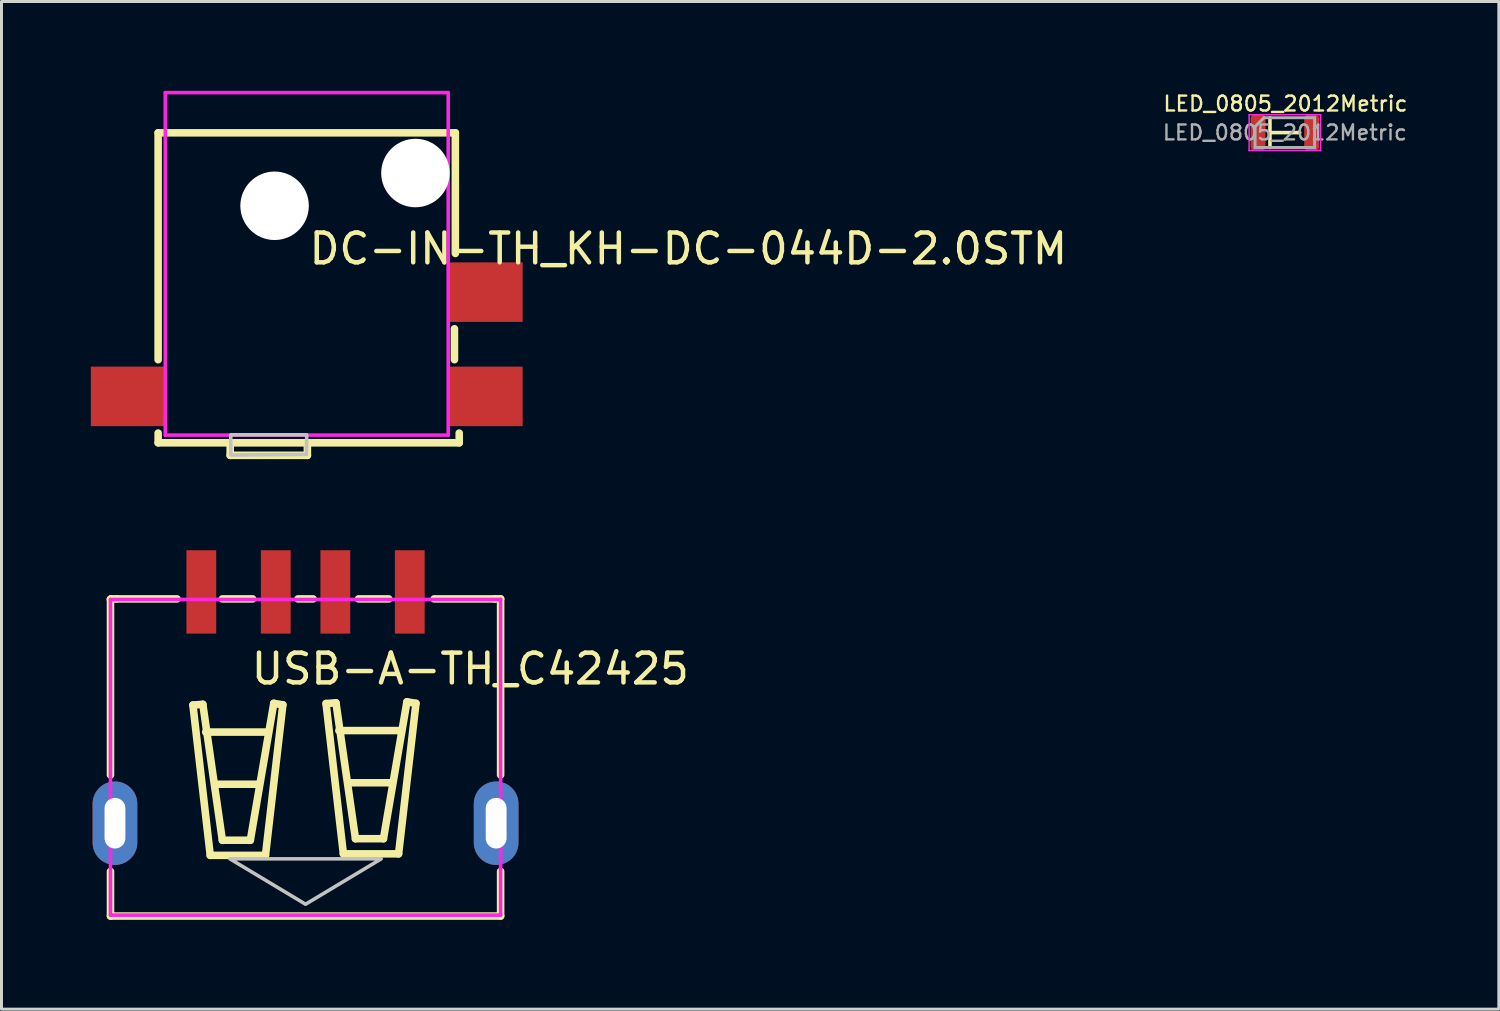
<source format=kicad_pcb>
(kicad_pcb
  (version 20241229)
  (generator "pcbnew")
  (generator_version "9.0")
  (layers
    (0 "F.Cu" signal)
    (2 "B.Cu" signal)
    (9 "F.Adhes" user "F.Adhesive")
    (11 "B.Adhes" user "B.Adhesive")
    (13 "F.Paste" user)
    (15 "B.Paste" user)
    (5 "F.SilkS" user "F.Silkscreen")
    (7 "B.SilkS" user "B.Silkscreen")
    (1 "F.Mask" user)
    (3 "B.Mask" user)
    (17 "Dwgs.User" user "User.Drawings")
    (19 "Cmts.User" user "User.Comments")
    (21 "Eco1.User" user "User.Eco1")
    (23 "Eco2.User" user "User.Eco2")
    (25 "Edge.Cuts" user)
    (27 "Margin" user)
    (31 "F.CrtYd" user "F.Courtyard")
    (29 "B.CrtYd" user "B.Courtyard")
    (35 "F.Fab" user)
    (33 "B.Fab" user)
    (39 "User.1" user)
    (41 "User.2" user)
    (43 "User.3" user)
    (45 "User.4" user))
  (footprint "DC-IN-TH_KH-DC-044D-2.0STM"
    (layer "F.Cu")
    (at 7.25 8.51)
    (property "Reference" "DC-IN-TH_KH-DC-044D-2.0STM" (at 0 -3.207 0) (layer "F.SilkS") (effects (font (size 1 1) (thickness 0.15)) (justify left)))
    (attr through_hole)
    (fp_line (start -4.99 -7.1) (end -4.99 -5.79) (stroke (width 0.254) (type solid)) (layer "F.SilkS"))
    (fp_line (start -4.99 -7.1) (end 4.99 -7.1) (stroke (width 0.254) (type solid)) (layer "F.SilkS"))
    (fp_line (start -4.99 -5.71) (end -4.99 0.519) (stroke (width 0.254) (type solid)) (layer "F.SilkS"))
    (fp_line (start -4.989 3.309) (end -4.989 2.982) (stroke (width 0.254) (type solid)) (layer "F.SilkS"))
    (fp_line (start -2.57 3.73) (end -2.57 3.309) (stroke (width 0.254) (type solid)) (layer "F.SilkS"))
    (fp_line (start 0.022 3.309) (end 0.022 3.73) (stroke (width 0.254) (type solid)) (layer "F.SilkS"))
    (fp_line (start 0.022 3.73) (end -2.57 3.73) (stroke (width 0.254) (type solid)) (layer "F.SilkS"))
    (fp_line (start 4.96 -0.52) (end 4.96 0.518) (stroke (width 0.254) (type solid)) (layer "F.SilkS"))
    (fp_line (start 4.99 -3.05) (end 4.99 -7.1) (stroke (width 0.254) (type solid)) (layer "F.SilkS"))
    (fp_line (start 5.12 2.982) (end 5.12 3.309) (stroke (width 0.254) (type solid)) (layer "F.SilkS"))
    (fp_line (start 5.12 3.309) (end -4.989 3.309) (stroke (width 0.254) (type solid)) (layer "F.SilkS"))
    (fp_poly (pts (xy -1.805 -5.375) (xy -0.355 -5.375) (xy -0.355 -3.925) (xy -1.805 -3.925)) (stroke (width 0.12) (type solid)) (fill no) (layer "Dwgs.User"))
    (fp_poly (pts (xy 2.925 -6.475) (xy 4.375 -6.475) (xy 4.375 -5.025) (xy 2.925 -5.025)) (stroke (width 0.12) (type solid)) (fill no) (layer "Dwgs.User"))
    (fp_poly (pts (xy 0 3.04) (xy -2.55 3.04) (xy -2.55 3.68) (xy -2.55 3.72) (xy -0.02 3.7) (xy -0.01 3.71)) (stroke (width 0.12) (type solid)) (fill no) (layer "Dwgs.User"))
    (fp_circle (center -6.7 3.05) (end -6.67 3.05) (stroke (width 0.06) (type solid)) (fill no) (layer "Eco2.User"))
    (fp_poly (pts (xy -6.7 1.05) (xy -4.7 1.05) (xy -4.7 2.45) (xy -6.7 2.45)) (stroke (width 0.12) (type solid)) (fill no) (layer "Eco2.User"))
    (fp_poly (pts (xy 3.7 1.05) (xy 6.7 1.05) (xy 6.7 2.45) (xy 3.7 2.45)) (stroke (width 0.12) (type solid)) (fill no) (layer "Eco2.User"))
    (fp_poly (pts (xy 4.7 -2.45) (xy 6.7 -2.45) (xy 6.7 -1.05) (xy 4.7 -1.05)) (stroke (width 0.12) (type solid)) (fill no) (layer "Eco2.User"))
    (fp_line (start -4.75 -8.45) (end 4.75 -8.45) (stroke (width 0.12) (type solid)) (layer "F.CrtYd"))
    (fp_line (start -4.75 3.05) (end -4.75 -8.45) (stroke (width 0.12) (type solid)) (layer "F.CrtYd"))
    (fp_line (start 4.75 -8.45) (end 4.75 3.05) (stroke (width 0.12) (type solid)) (layer "F.CrtYd"))
    (fp_line (start 4.75 3.05) (end -4.75 3.05) (stroke (width 0.12) (type solid)) (layer "F.CrtYd"))
    (pad "" np_thru_hole circle (at -1.08 -4.65) (size 2.3 2.3) (drill 2.3) (layers "*.Cu" "*.Mask"))
    (pad "" np_thru_hole circle (at 3.65 -5.75) (size 2.3 2.3) (drill 2.3) (layers "*.Cu" "*.Mask"))
    (pad "3" smd rect (at -6 1.75) (size 2.5 2) (layers "F.Cu" "F.Mask" "F.Paste"))
    (pad "4" smd rect (at 6 1.75) (size 2.5 2) (layers "F.Cu" "F.Mask" "F.Paste"))
    (pad "5" smd rect (at 6 -1.75) (size 2.5 2) (layers "F.Cu" "F.Mask" "F.Paste")))
  (footprint "USB-A-TH_C42425"
    (layer "F.Cu")
    (at 7.21 20.709)
    (property "Reference" "USB-A-TH_C42425" (at -1.9 -1.3 0) (layer "F.SilkS") (effects (font (size 1 1) (thickness 0.15)) (justify left)))
    (attr through_hole)
    (fp_line (start -6.55 -3.633) (end -6.55 -3.633) (stroke (width 0.254) (type solid)) (layer "F.SilkS"))
    (fp_line (start -6.55 -3.633) (end -6.55 2.263) (stroke (width 0.254) (type solid)) (layer "F.SilkS"))
    (fp_line (start -6.55 -3.633) (end -6.535 -3.649) (stroke (width 0.254) (type solid)) (layer "F.SilkS"))
    (fp_line (start -6.55 5.502) (end -6.55 7) (stroke (width 0.254) (type solid)) (layer "F.SilkS"))
    (fp_line (start -6.55 7) (end 6.55 7) (stroke (width 0.254) (type solid)) (layer "F.SilkS"))
    (fp_line (start -6.535 -3.649) (end -6.349 -3.649) (stroke (width 0.254) (type solid)) (layer "F.SilkS"))
    (fp_line (start -4.317 -3.649) (end -6.349 -3.649) (stroke (width 0.254) (type solid)) (layer "F.SilkS"))
    (fp_line (start -3.782 -0.084) (end -3.2 4.963) (stroke (width 0.254) (type solid)) (layer "F.SilkS"))
    (fp_line (start -3.449 -0.109) (end -3.782 -0.084) (stroke (width 0.254) (type solid)) (layer "F.SilkS"))
    (fp_line (start -3.353 0.823) (end -1.27 0.823) (stroke (width 0.254) (type solid)) (layer "F.SilkS"))
    (fp_line (start -3.2 4.963) (end -1.346 4.963) (stroke (width 0.254) (type solid)) (layer "F.SilkS"))
    (fp_line (start -3.023 2.575) (end -1.575 2.575) (stroke (width 0.254) (type solid)) (layer "F.SilkS"))
    (fp_line (start -2.794 -3.648) (end -1.778 -3.648) (stroke (width 0.254) (type solid)) (layer "F.SilkS"))
    (fp_line (start -2.794 4.455) (end -3.449 -0.109) (stroke (width 0.254) (type solid)) (layer "F.SilkS"))
    (fp_line (start -1.854 4.455) (end -2.794 4.455) (stroke (width 0.254) (type solid)) (layer "F.SilkS"))
    (fp_line (start -1.346 4.963) (end -0.762 -0.092) (stroke (width 0.254) (type solid)) (layer "F.SilkS"))
    (fp_line (start -1.067 -0.142) (end -1.854 4.455) (stroke (width 0.254) (type solid)) (layer "F.SilkS"))
    (fp_line (start -0.762 -0.092) (end -1.067 -0.142) (stroke (width 0.254) (type solid)) (layer "F.SilkS"))
    (fp_line (start -0.254 -3.648) (end 0.254 -3.648) (stroke (width 0.254) (type solid)) (layer "F.SilkS"))
    (fp_line (start 0.688 -0.135) (end 1.021 -0.16) (stroke (width 0.254) (type solid)) (layer "F.SilkS"))
    (fp_line (start 1.021 -0.16) (end 1.676 4.404) (stroke (width 0.254) (type solid)) (layer "F.SilkS"))
    (fp_line (start 1.118 0.772) (end 3.2 0.772) (stroke (width 0.254) (type solid)) (layer "F.SilkS"))
    (fp_line (start 1.27 4.912) (end 0.688 -0.135) (stroke (width 0.254) (type solid)) (layer "F.SilkS"))
    (fp_line (start 1.448 2.525) (end 2.896 2.525) (stroke (width 0.254) (type solid)) (layer "F.SilkS"))
    (fp_line (start 1.676 4.404) (end 2.616 4.404) (stroke (width 0.254) (type solid)) (layer "F.SilkS"))
    (fp_line (start 2.616 4.404) (end 3.404 -0.193) (stroke (width 0.254) (type solid)) (layer "F.SilkS"))
    (fp_line (start 2.794 -3.648) (end 1.778 -3.648) (stroke (width 0.254) (type solid)) (layer "F.SilkS"))
    (fp_line (start 3.124 4.912) (end 1.27 4.912) (stroke (width 0.254) (type solid)) (layer "F.SilkS"))
    (fp_line (start 3.404 -0.193) (end 3.708 -0.142) (stroke (width 0.254) (type solid)) (layer "F.SilkS"))
    (fp_line (start 3.708 -0.142) (end 3.124 4.912) (stroke (width 0.254) (type solid)) (layer "F.SilkS"))
    (fp_line (start 6.351 -3.649) (end 4.319 -3.649) (stroke (width 0.254) (type solid)) (layer "F.SilkS"))
    (fp_line (start 6.55 -3.65) (end 6.351 -3.65) (stroke (width 0.254) (type solid)) (layer "F.SilkS"))
    (fp_line (start 6.55 2.263) (end 6.55 -3.65) (stroke (width 0.254) (type solid)) (layer "F.SilkS"))
    (fp_line (start 6.55 7) (end 6.55 5.502) (stroke (width 0.254) (type solid)) (layer "F.SilkS"))
    (fp_poly (pts (xy -3.999 -5.282) (xy -2.999 -5.282) (xy -2.999 -2.482) (xy -3.999 -2.482)) (stroke (width 0.12) (type solid)) (fill yes) (layer "F.Paste"))
    (fp_poly (pts (xy -1.499 -5.282) (xy -0.499 -5.282) (xy -0.499 -2.482) (xy -1.499 -2.482)) (stroke (width 0.12) (type solid)) (fill yes) (layer "F.Paste"))
    (fp_poly (pts (xy 0.501 -5.282) (xy 1.501 -5.282) (xy 1.501 -2.482) (xy 0.501 -2.482)) (stroke (width 0.12) (type solid)) (fill yes) (layer "F.Paste"))
    (fp_poly (pts (xy 3.001 -5.282) (xy 4.001 -5.282) (xy 4.001 -2.482) (xy 3.001 -2.482)) (stroke (width 0.12) (type solid)) (fill yes) (layer "F.Paste"))
    (fp_poly (pts (xy -2.54 5.08) (xy 2.54 5.08) (xy 0 6.604)) (stroke (width 0.12) (type solid)) (fill no) (layer "Dwgs.User"))
    (fp_circle (center -7.15 -4.63) (end -7.12 -4.63) (stroke (width 0.06) (type solid)) (fill no) (layer "Eco2.User"))
    (fp_poly (pts (xy -3.8 -4.63) (xy -3.2 -4.63) (xy -3.2 -3.58) (xy -3.8 -3.58)) (stroke (width 0.12) (type solid)) (fill no) (layer "Eco2.User"))
    (fp_poly (pts (xy -1.3 -4.63) (xy -0.7 -4.63) (xy -0.7 -3.58) (xy -1.3 -3.58)) (stroke (width 0.12) (type solid)) (fill no) (layer "Eco2.User"))
    (fp_poly (pts (xy 0.7 -4.63) (xy 1.3 -4.63) (xy 1.3 -3.58) (xy 0.7 -3.58)) (stroke (width 0.12) (type solid)) (fill no) (layer "Eco2.User"))
    (fp_poly (pts (xy 3.2 -4.63) (xy 3.8 -4.63) (xy 3.8 -3.58) (xy 3.2 -3.58)) (stroke (width 0.12) (type solid)) (fill no) (layer "Eco2.User"))
    (fp_poly (pts (xy -7.15 3.233) (xy -7.136 3.086) (xy -7.093 2.946) (xy -7.024 2.816) (xy -6.93 2.702) (xy -6.817 2.609) (xy -6.687 2.54) (xy -6.546 2.497) (xy -6.4 2.483) (xy -6.254 2.497) (xy -6.113 2.54) (xy -5.983 2.609) (xy -5.87 2.702) (xy -5.776 2.816) (xy -5.707 2.946) (xy -5.664 3.086) (xy -5.65 3.233) (xy -5.65 4.533) (xy -5.664 4.679) (xy -5.707 4.82) (xy -5.776 4.949) (xy -5.87 5.063) (xy -5.983 5.156) (xy -6.113 5.225) (xy -6.254 5.268) (xy -6.4 5.283) (xy -6.546 5.268) (xy -6.687 5.225) (xy -6.817 5.156) (xy -6.93 5.063) (xy -7.024 4.949) (xy -7.093 4.82) (xy -7.136 4.679) (xy -7.15 4.533)) (stroke (width 0.12) (type solid)) (fill no) (layer "Eco2.User"))
    (fp_poly (pts (xy 5.65 3.233) (xy 5.664 3.086) (xy 5.707 2.946) (xy 5.776 2.816) (xy 5.87 2.702) (xy 5.983 2.609) (xy 6.113 2.54) (xy 6.254 2.497) (xy 6.4 2.483) (xy 6.546 2.497) (xy 6.687 2.54) (xy 6.817 2.609) (xy 6.93 2.702) (xy 7.024 2.816) (xy 7.093 2.946) (xy 7.136 3.086) (xy 7.15 3.233) (xy 7.15 4.533) (xy 7.136 4.679) (xy 7.093 4.82) (xy 7.024 4.949) (xy 6.93 5.063) (xy 6.817 5.156) (xy 6.687 5.225) (xy 6.546 5.268) (xy 6.4 5.283) (xy 6.254 5.268) (xy 6.113 5.225) (xy 5.983 5.156) (xy 5.87 5.063) (xy 5.776 4.949) (xy 5.707 4.82) (xy 5.664 4.679) (xy 5.65 4.533)) (stroke (width 0.12) (type solid)) (fill no) (layer "Eco2.User"))
    (fp_line (start -6.55 -3.63) (end 6.55 -3.63) (stroke (width 0.12) (type solid)) (layer "F.CrtYd"))
    (fp_line (start -6.55 6.97) (end -6.55 -3.63) (stroke (width 0.12) (type solid)) (layer "F.CrtYd"))
    (fp_line (start 6.55 -3.63) (end 6.55 6.97) (stroke (width 0.12) (type solid)) (layer "F.CrtYd"))
    (fp_line (start 6.55 6.97) (end -6.55 6.97) (stroke (width 0.12) (type solid)) (layer "F.CrtYd"))
    (pad "1" smd rect (at -3.5 -3.883) (size 1 2.8) (layers "F.Cu" "F.Mask" "F.Paste"))
    (pad "2" smd rect (at -1 -3.883) (size 1 2.8) (layers "F.Cu" "F.Mask" "F.Paste"))
    (pad "3" smd rect (at 1 -3.883) (size 1 2.8) (layers "F.Cu" "F.Mask" "F.Paste"))
    (pad "4" smd rect (at 3.5 -3.883) (size 1 2.8) (layers "F.Cu" "F.Mask" "F.Paste"))
    (pad "5" thru_hole oval (at 6.4 3.883) (size 1.5 2.8) (drill oval 0.7 1.7) (layers "*.Cu" "*.Mask"))
    (pad "6" thru_hole oval (at -6.4 3.883) (size 1.5 2.8) (drill oval 0.7 1.7) (layers "*.Cu" "*.Mask")))
  (footprint "LED_0805_2012Metric"
    (layer "F.Cu")
    (at 40.094 1.403)
    (property "Reference" "LED_0805_2012Metric" (at 0.02 -0.97 0) (layer "F.SilkS") (effects (font (size 0.5 0.5) (thickness 0.08))))
    (attr smd)
    (fp_line (start -0.5 -0.5) (end -0.5 0.5) (stroke (width 0.12) (type solid)) (layer "F.SilkS"))
    (fp_line (start -0.5 0) (end 0.5 0) (stroke (width 0.12) (type solid)) (layer "F.SilkS"))
    (fp_line (start -1.2 -0.6) (end 1.2 -0.6) (stroke (width 0.05) (type solid)) (layer "F.CrtYd"))
    (fp_line (start -1.2 0.6) (end -1.2 -0.6) (stroke (width 0.05) (type solid)) (layer "F.CrtYd"))
    (fp_line (start 1.2 -0.6) (end 1.2 0.6) (stroke (width 0.05) (type solid)) (layer "F.CrtYd"))
    (fp_line (start 1.2 0.6) (end -1.2 0.6) (stroke (width 0.05) (type solid)) (layer "F.CrtYd"))
    (fp_line (start -1 -0.2) (end -1 0.5) (stroke (width 0.1) (type solid)) (layer "F.Fab"))
    (fp_line (start -1 0.5) (end 1 0.5) (stroke (width 0.1) (type solid)) (layer "F.Fab"))
    (fp_line (start -0.7 -0.5) (end -1 -0.2) (stroke (width 0.1) (type solid)) (layer "F.Fab"))
    (fp_line (start 1 -0.5) (end -0.7 -0.5) (stroke (width 0.1) (type solid)) (layer "F.Fab"))
    (fp_line (start 1 0.5) (end 1 -0.5) (stroke (width 0.1) (type solid)) (layer "F.Fab"))
    (fp_text user "${REFERENCE}" (at 0 0 0) (layer "F.Fab") (effects (font (size 0.5 0.5) (thickness 0.08))))
    (pad "1" smd roundrect (at -0.9 0) (size 0.5 1.2) (layers "F.Cu" "F.Mask" "F.Paste") (roundrect_rratio 0.25))
    (pad "2" smd roundrect (at 0.9 0) (size 0.5 1.2) (layers "F.Cu" "F.Mask" "F.Paste") (roundrect_rratio 0.25)))
  (gr_rect
    (start -3 -3)
    (end 47.279 30.836)
    (stroke (width 0.1) (type default))
    (fill no)
    (layer "Edge.Cuts")))
</source>
